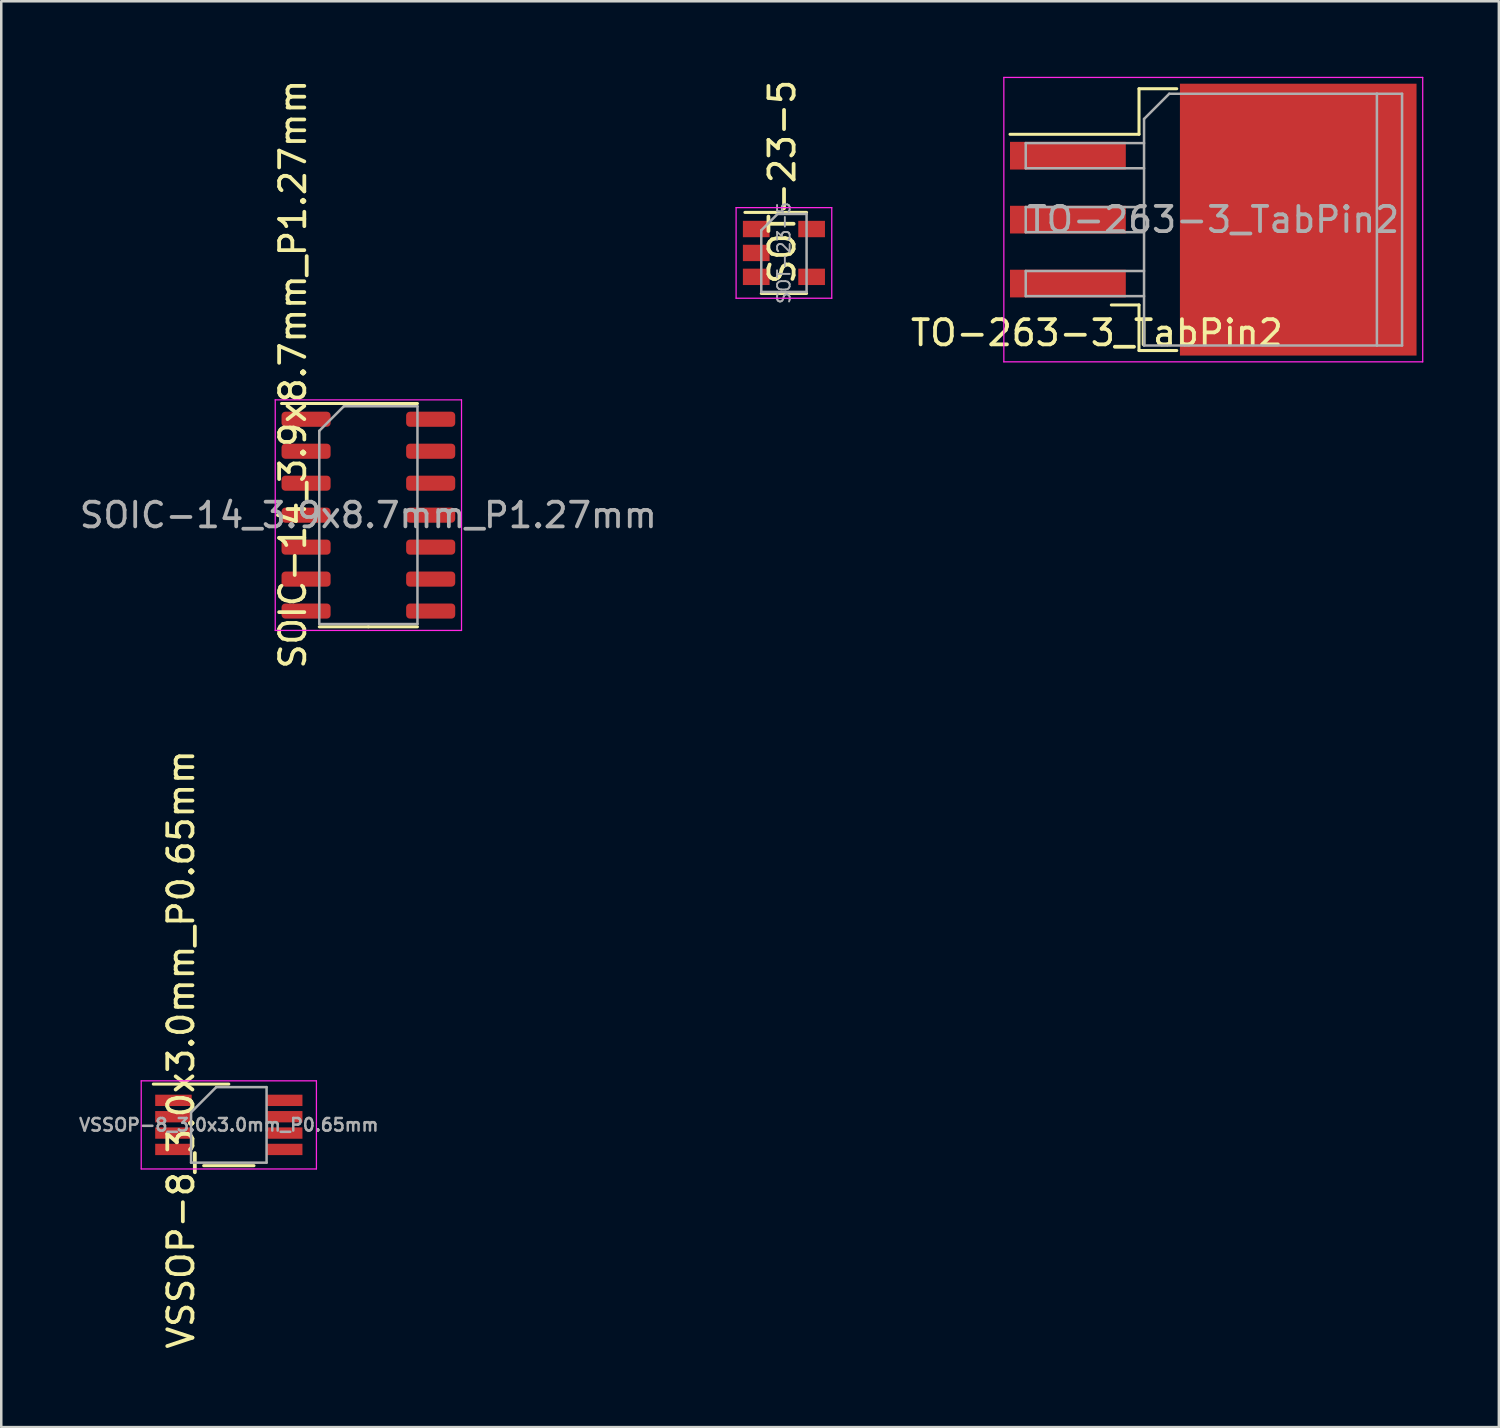
<source format=kicad_pcb>
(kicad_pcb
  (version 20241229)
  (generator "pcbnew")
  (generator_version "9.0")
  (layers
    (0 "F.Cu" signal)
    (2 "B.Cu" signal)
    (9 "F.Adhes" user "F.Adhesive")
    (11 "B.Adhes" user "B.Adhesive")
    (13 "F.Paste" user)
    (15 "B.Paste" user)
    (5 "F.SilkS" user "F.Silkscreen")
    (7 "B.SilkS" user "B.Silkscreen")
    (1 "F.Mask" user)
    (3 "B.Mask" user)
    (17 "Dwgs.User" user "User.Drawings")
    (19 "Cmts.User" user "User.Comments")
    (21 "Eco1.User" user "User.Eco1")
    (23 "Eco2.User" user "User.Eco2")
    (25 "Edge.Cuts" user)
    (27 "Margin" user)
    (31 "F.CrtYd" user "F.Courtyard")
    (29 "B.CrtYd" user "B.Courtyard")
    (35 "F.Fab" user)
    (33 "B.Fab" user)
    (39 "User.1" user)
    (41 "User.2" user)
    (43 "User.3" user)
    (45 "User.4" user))
  (footprint "VSSOP-8_3.0x3.0mm_P0.65mm"
    (layer "F.Cu")
    (at 6.04 41.637)
    (property "Reference" "VSSOP-8_3.0x3.0mm_P0.65mm" (at -1.9 -3 90) (layer "F.SilkS") (effects (font (size 1 1) (thickness 0.15))))
    (attr smd)
    (fp_line (start 0 -1.62) (end -3 -1.62) (stroke (width 0.12) (type solid)) (layer "F.SilkS"))
    (fp_line (start 1 1.62) (end -1 1.62) (stroke (width 0.12) (type solid)) (layer "F.SilkS"))
    (fp_line (start -3.48 -1.75) (end 3.48 -1.75) (stroke (width 0.05) (type solid)) (layer "F.CrtYd"))
    (fp_line (start -3.48 1.75) (end -3.48 -1.75) (stroke (width 0.05) (type solid)) (layer "F.CrtYd"))
    (fp_line (start 3.48 -1.75) (end 3.48 1.75) (stroke (width 0.05) (type solid)) (layer "F.CrtYd"))
    (fp_line (start 3.48 1.75) (end -3.48 1.75) (stroke (width 0.05) (type solid)) (layer "F.CrtYd"))
    (fp_line (start -1.5 1.5) (end -1.5 -0.5) (stroke (width 0.1) (type solid)) (layer "F.Fab"))
    (fp_line (start -0.5 -1.5) (end -1.5 -0.5) (stroke (width 0.1) (type solid)) (layer "F.Fab"))
    (fp_line (start -0.5 -1.5) (end 1.5 -1.5) (stroke (width 0.1) (type solid)) (layer "F.Fab"))
    (fp_line (start 1.5 -1.5) (end 1.5 1.5) (stroke (width 0.1) (type solid)) (layer "F.Fab"))
    (fp_line (start 1.5 1.5) (end -1.5 1.5) (stroke (width 0.1) (type solid)) (layer "F.Fab"))
    (fp_text user "${REFERENCE}" (at 0 0 0) (layer "F.Fab") (effects (font (size 0.5 0.5) (thickness 0.1))))
    (pad "1" smd rect (at -2.2 -0.975 90) (size 0.45 1.45) (layers "F.Cu" "F.Mask" "F.Paste"))
    (pad "2" smd rect (at -2.2 -0.325 90) (size 0.45 1.45) (layers "F.Cu" "F.Mask" "F.Paste"))
    (pad "3" smd rect (at -2.2 0.325 90) (size 0.45 1.45) (layers "F.Cu" "F.Mask" "F.Paste"))
    (pad "4" smd rect (at -2.2 0.975 90) (size 0.45 1.45) (layers "F.Cu" "F.Mask" "F.Paste"))
    (pad "5" smd rect (at 2.2 0.975 90) (size 0.45 1.45) (layers "F.Cu" "F.Mask" "F.Paste"))
    (pad "6" smd rect (at 2.2 0.325 90) (size 0.45 1.45) (layers "F.Cu" "F.Mask" "F.Paste"))
    (pad "7" smd rect (at 2.2 -0.325 90) (size 0.45 1.45) (layers "F.Cu" "F.Mask" "F.Paste"))
    (pad "8" smd rect (at 2.2 -0.975 90) (size 0.45 1.45) (layers "F.Cu" "F.Mask" "F.Paste")))
  (footprint "TO-263-3_TabPin2"
    (layer "F.Cu")
    (at 45.148 5.675)
    (property "Reference" "TO-263-3_TabPin2" (at -4.625 4.5 0) (layer "F.SilkS") (effects (font (size 1 1) (thickness 0.15))))
    (attr smd)
    (fp_line (start -2.95 -5.2) (end -2.95 -3.39) (stroke (width 0.12) (type solid)) (layer "F.SilkS"))
    (fp_line (start -2.95 -3.39) (end -8.075 -3.39) (stroke (width 0.12) (type solid)) (layer "F.SilkS"))
    (fp_line (start -2.95 3.39) (end -4.05 3.39) (stroke (width 0.12) (type solid)) (layer "F.SilkS"))
    (fp_line (start -2.95 5.2) (end -2.95 3.39) (stroke (width 0.12) (type solid)) (layer "F.SilkS"))
    (fp_line (start -1.45 -5.2) (end -2.95 -5.2) (stroke (width 0.12) (type solid)) (layer "F.SilkS"))
    (fp_line (start -1.45 5.2) (end -2.95 5.2) (stroke (width 0.12) (type solid)) (layer "F.SilkS"))
    (fp_line (start -8.32 -5.65) (end -8.32 5.65) (stroke (width 0.05) (type solid)) (layer "F.CrtYd"))
    (fp_line (start -8.32 5.65) (end 8.32 5.65) (stroke (width 0.05) (type solid)) (layer "F.CrtYd"))
    (fp_line (start 8.32 -5.65) (end -8.32 -5.65) (stroke (width 0.05) (type solid)) (layer "F.CrtYd"))
    (fp_line (start 8.32 5.65) (end 8.32 -5.65) (stroke (width 0.05) (type solid)) (layer "F.CrtYd"))
    (fp_line (start -7.45 -3.04) (end -7.45 -2.04) (stroke (width 0.1) (type solid)) (layer "F.Fab"))
    (fp_line (start -7.45 -2.04) (end -2.75 -2.04) (stroke (width 0.1) (type solid)) (layer "F.Fab"))
    (fp_line (start -7.45 -0.5) (end -7.45 0.5) (stroke (width 0.1) (type solid)) (layer "F.Fab"))
    (fp_line (start -7.45 0.5) (end -2.75 0.5) (stroke (width 0.1) (type solid)) (layer "F.Fab"))
    (fp_line (start -7.45 2.04) (end -7.45 3.04) (stroke (width 0.1) (type solid)) (layer "F.Fab"))
    (fp_line (start -7.45 3.04) (end -2.75 3.04) (stroke (width 0.1) (type solid)) (layer "F.Fab"))
    (fp_line (start -2.75 -4) (end -1.75 -5) (stroke (width 0.1) (type solid)) (layer "F.Fab"))
    (fp_line (start -2.75 -3.04) (end -7.45 -3.04) (stroke (width 0.1) (type solid)) (layer "F.Fab"))
    (fp_line (start -2.75 -0.5) (end -7.45 -0.5) (stroke (width 0.1) (type solid)) (layer "F.Fab"))
    (fp_line (start -2.75 2.04) (end -7.45 2.04) (stroke (width 0.1) (type solid)) (layer "F.Fab"))
    (fp_line (start -2.75 5) (end -2.75 -4) (stroke (width 0.1) (type solid)) (layer "F.Fab"))
    (fp_line (start -1.75 -5) (end 6.5 -5) (stroke (width 0.1) (type solid)) (layer "F.Fab"))
    (fp_line (start 6.5 -5) (end 6.5 5) (stroke (width 0.1) (type solid)) (layer "F.Fab"))
    (fp_line (start 6.5 -5) (end 7.5 -5) (stroke (width 0.1) (type solid)) (layer "F.Fab"))
    (fp_line (start 6.5 5) (end -2.75 5) (stroke (width 0.1) (type solid)) (layer "F.Fab"))
    (fp_line (start 7.5 -5) (end 7.5 5) (stroke (width 0.1) (type solid)) (layer "F.Fab"))
    (fp_line (start 7.5 5) (end 6.5 5) (stroke (width 0.1) (type solid)) (layer "F.Fab"))
    (fp_text user "${REFERENCE}" (at 0 0 0) (layer "F.Fab") (effects (font (size 1 1) (thickness 0.15))))
    (pad "" smd rect (at 0.95 -2.775 180) (size 4.55 5.25) (layers "F.Paste"))
    (pad "" smd rect (at 0.95 2.775 180) (size 4.55 5.25) (layers "F.Paste"))
    (pad "" smd rect (at 5.8 -2.775 180) (size 4.55 5.25) (layers "F.Paste"))
    (pad "" smd rect (at 5.8 2.775 180) (size 4.55 5.25) (layers "F.Paste"))
    (pad "1" smd rect (at -5.775 -2.54 180) (size 4.6 1.1) (layers "F.Cu" "F.Mask" "F.Paste"))
    (pad "2" smd rect (at -5.775 0 180) (size 4.6 1.1) (layers "F.Cu" "F.Mask" "F.Paste"))
    (pad "2" smd rect (at 3.375 0 180) (size 9.4 10.8) (layers "F.Cu" "F.Mask"))
    (pad "3" smd rect (at -5.775 2.54 180) (size 4.6 1.1) (layers "F.Cu" "F.Mask" "F.Paste")))
  (footprint "SOIC-14_3.9x8.7mm_P1.27mm"
    (layer "F.Cu")
    (at 11.584 17.415)
    (property "Reference" "SOIC-14_3.9x8.7mm_P1.27mm" (at -3 -5.6 90) (layer "F.SilkS") (effects (font (size 1 1) (thickness 0.15))))
    (attr smd)
    (fp_line (start 0 -4.435) (end -3.45 -4.435) (stroke (width 0.12) (type solid)) (layer "F.SilkS"))
    (fp_line (start 0 -4.435) (end 1.95 -4.435) (stroke (width 0.12) (type solid)) (layer "F.SilkS"))
    (fp_line (start 0 4.435) (end -1.95 4.435) (stroke (width 0.12) (type solid)) (layer "F.SilkS"))
    (fp_line (start 0 4.435) (end 1.95 4.435) (stroke (width 0.12) (type solid)) (layer "F.SilkS"))
    (fp_line (start -3.7 -4.58) (end -3.7 4.58) (stroke (width 0.05) (type solid)) (layer "F.CrtYd"))
    (fp_line (start -3.7 4.58) (end 3.7 4.58) (stroke (width 0.05) (type solid)) (layer "F.CrtYd"))
    (fp_line (start 3.7 -4.58) (end -3.7 -4.58) (stroke (width 0.05) (type solid)) (layer "F.CrtYd"))
    (fp_line (start 3.7 4.58) (end 3.7 -4.58) (stroke (width 0.05) (type solid)) (layer "F.CrtYd"))
    (fp_line (start -1.95 -3.35) (end -0.975 -4.325) (stroke (width 0.1) (type solid)) (layer "F.Fab"))
    (fp_line (start -1.95 4.325) (end -1.95 -3.35) (stroke (width 0.1) (type solid)) (layer "F.Fab"))
    (fp_line (start -0.975 -4.325) (end 1.95 -4.325) (stroke (width 0.1) (type solid)) (layer "F.Fab"))
    (fp_line (start 1.95 -4.325) (end 1.95 4.325) (stroke (width 0.1) (type solid)) (layer "F.Fab"))
    (fp_line (start 1.95 4.325) (end -1.95 4.325) (stroke (width 0.1) (type solid)) (layer "F.Fab"))
    (fp_text user "${REFERENCE}" (at 0 0 0) (layer "F.Fab") (effects (font (size 0.98 0.98) (thickness 0.15))))
    (pad "1" smd roundrect (at -2.475 -3.81 180) (size 1.95 0.6) (layers "F.Cu" "F.Mask" "F.Paste") (roundrect_rratio 0.25))
    (pad "2" smd roundrect (at -2.475 -2.54 180) (size 1.95 0.6) (layers "F.Cu" "F.Mask" "F.Paste") (roundrect_rratio 0.25))
    (pad "3" smd roundrect (at -2.475 -1.27 180) (size 1.95 0.6) (layers "F.Cu" "F.Mask" "F.Paste") (roundrect_rratio 0.25))
    (pad "4" smd roundrect (at -2.475 0 180) (size 1.95 0.6) (layers "F.Cu" "F.Mask" "F.Paste") (roundrect_rratio 0.25))
    (pad "5" smd roundrect (at -2.475 1.27 180) (size 1.95 0.6) (layers "F.Cu" "F.Mask" "F.Paste") (roundrect_rratio 0.25))
    (pad "6" smd roundrect (at -2.475 2.54 180) (size 1.95 0.6) (layers "F.Cu" "F.Mask" "F.Paste") (roundrect_rratio 0.25))
    (pad "7" smd roundrect (at -2.475 3.81 180) (size 1.95 0.6) (layers "F.Cu" "F.Mask" "F.Paste") (roundrect_rratio 0.25))
    (pad "8" smd roundrect (at 2.475 3.81 180) (size 1.95 0.6) (layers "F.Cu" "F.Mask" "F.Paste") (roundrect_rratio 0.25))
    (pad "9" smd roundrect (at 2.475 2.54 180) (size 1.95 0.6) (layers "F.Cu" "F.Mask" "F.Paste") (roundrect_rratio 0.25))
    (pad "10" smd roundrect (at 2.475 1.27 180) (size 1.95 0.6) (layers "F.Cu" "F.Mask" "F.Paste") (roundrect_rratio 0.25))
    (pad "11" smd roundrect (at 2.475 0 180) (size 1.95 0.6) (layers "F.Cu" "F.Mask" "F.Paste") (roundrect_rratio 0.25))
    (pad "12" smd roundrect (at 2.475 -1.27 180) (size 1.95 0.6) (layers "F.Cu" "F.Mask" "F.Paste") (roundrect_rratio 0.25))
    (pad "13" smd roundrect (at 2.475 -2.54 180) (size 1.95 0.6) (layers "F.Cu" "F.Mask" "F.Paste") (roundrect_rratio 0.25))
    (pad "14" smd roundrect (at 2.475 -3.81 180) (size 1.95 0.6) (layers "F.Cu" "F.Mask" "F.Paste") (roundrect_rratio 0.25)))
  (footprint "SOT-23-5"
    (layer "F.Cu")
    (at 28.092 6.998)
    (property "Reference" "SOT-23-5" (at -0.07 -2.825 90) (layer "F.SilkS") (effects (font (size 1 1) (thickness 0.15))))
    (attr smd)
    (fp_line (start -0.9 1.61) (end 0.9 1.61) (stroke (width 0.12) (type solid)) (layer "F.SilkS"))
    (fp_line (start 0.9 -1.61) (end -1.55 -1.61) (stroke (width 0.12) (type solid)) (layer "F.SilkS"))
    (fp_line (start -1.9 -1.8) (end 1.9 -1.8) (stroke (width 0.05) (type solid)) (layer "F.CrtYd"))
    (fp_line (start -1.9 1.8) (end -1.9 -1.8) (stroke (width 0.05) (type solid)) (layer "F.CrtYd"))
    (fp_line (start 1.9 -1.8) (end 1.9 1.8) (stroke (width 0.05) (type solid)) (layer "F.CrtYd"))
    (fp_line (start 1.9 1.8) (end -1.9 1.8) (stroke (width 0.05) (type solid)) (layer "F.CrtYd"))
    (fp_line (start -0.9 -0.9) (end -0.9 1.55) (stroke (width 0.1) (type solid)) (layer "F.Fab"))
    (fp_line (start -0.9 -0.9) (end -0.25 -1.55) (stroke (width 0.1) (type solid)) (layer "F.Fab"))
    (fp_line (start 0.9 -1.55) (end -0.25 -1.55) (stroke (width 0.1) (type solid)) (layer "F.Fab"))
    (fp_line (start 0.9 -1.55) (end 0.9 1.55) (stroke (width 0.1) (type solid)) (layer "F.Fab"))
    (fp_line (start 0.9 1.55) (end -0.9 1.55) (stroke (width 0.1) (type solid)) (layer "F.Fab"))
    (fp_text user "${REFERENCE}" (at 0 0 90) (layer "F.Fab") (effects (font (size 0.5 0.5) (thickness 0.075))))
    (pad "1" smd rect (at -1.1 -0.95 180) (size 1.06 0.65) (layers "F.Cu" "F.Mask" "F.Paste"))
    (pad "2" smd rect (at -1.1 0 180) (size 1.06 0.65) (layers "F.Cu" "F.Mask" "F.Paste"))
    (pad "3" smd rect (at -1.1 0.95 180) (size 1.06 0.65) (layers "F.Cu" "F.Mask" "F.Paste"))
    (pad "4" smd rect (at 1.1 0.95 180) (size 1.06 0.65) (layers "F.Cu" "F.Mask" "F.Paste"))
    (pad "5" smd rect (at 1.1 -0.95 180) (size 1.06 0.65) (layers "F.Cu" "F.Mask" "F.Paste")))
  (gr_rect
    (start -3 -3)
    (end 56.493 53.643)
    (stroke (width 0.1) (type default))
    (fill no)
    (layer "Edge.Cuts")))
</source>
